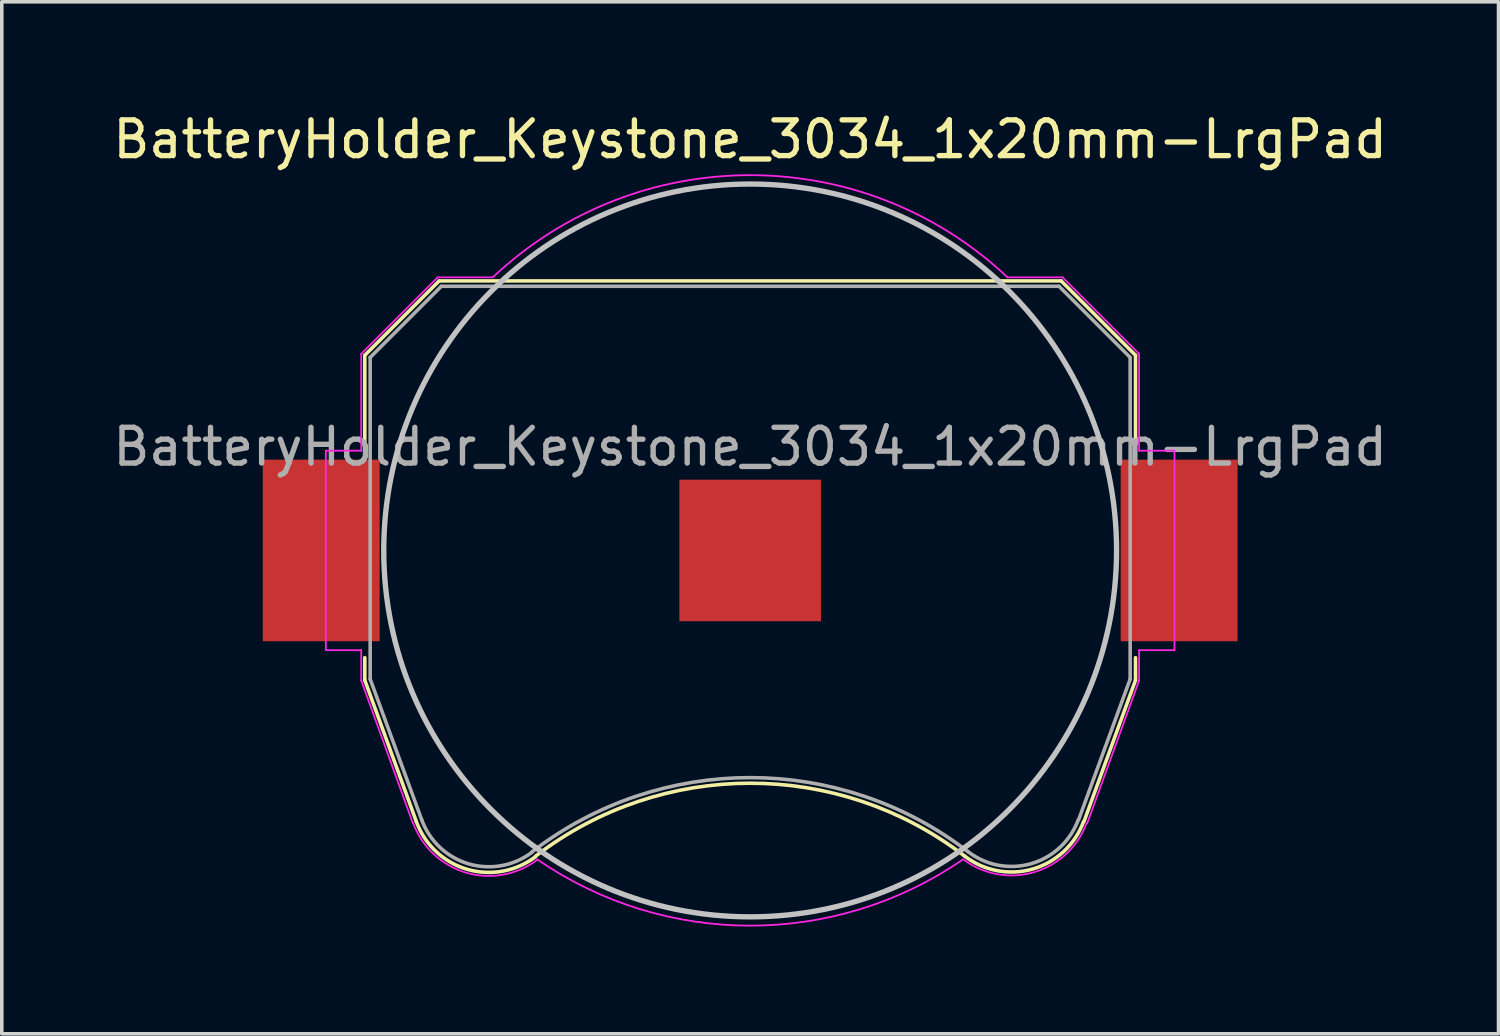
<source format=kicad_pcb>
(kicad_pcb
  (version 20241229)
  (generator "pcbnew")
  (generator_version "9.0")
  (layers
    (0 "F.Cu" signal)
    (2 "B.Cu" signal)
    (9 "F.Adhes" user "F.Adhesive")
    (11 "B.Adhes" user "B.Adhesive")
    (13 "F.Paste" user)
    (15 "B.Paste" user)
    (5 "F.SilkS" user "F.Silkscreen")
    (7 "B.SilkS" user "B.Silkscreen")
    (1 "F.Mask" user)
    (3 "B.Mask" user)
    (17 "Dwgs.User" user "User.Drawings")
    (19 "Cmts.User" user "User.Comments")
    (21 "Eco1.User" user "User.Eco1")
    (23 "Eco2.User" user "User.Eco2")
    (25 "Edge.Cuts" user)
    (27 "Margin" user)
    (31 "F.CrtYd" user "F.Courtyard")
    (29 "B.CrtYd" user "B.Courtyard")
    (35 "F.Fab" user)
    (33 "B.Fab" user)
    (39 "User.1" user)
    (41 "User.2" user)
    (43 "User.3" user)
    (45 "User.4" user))
  (footprint "BatteryHolder_Keystone_3034_1x20mm-LrgPad"
    (layer "F.Cu")
    (at 17.935 12.348)
    (property "Reference" "BatteryHolder_Keystone_3034_1x20mm-LrgPad" (at 0 -11.5 0) (layer "F.SilkS") (effects (font (size 1 1) (thickness 0.15))))
    (attr smd)
    (fp_line (start -10.78 -5.46) (end -10.78 -3) (stroke (width 0.1) (type solid)) (layer "F.SilkS"))
    (fp_line (start -10.78 3) (end -10.78 3.63) (stroke (width 0.1) (type solid)) (layer "F.SilkS"))
    (fp_line (start -10.78 3.63) (end -9.34 7.58) (stroke (width 0.1) (type solid)) (layer "F.SilkS"))
    (fp_line (start -8.7 -7.54) (end -10.78 -5.46) (stroke (width 0.1) (type solid)) (layer "F.SilkS"))
    (fp_line (start 8.7 -7.54) (end -8.7 -7.54) (stroke (width 0.1) (type solid)) (layer "F.SilkS"))
    (fp_line (start 8.7 -7.54) (end 10.78 -5.46) (stroke (width 0.1) (type solid)) (layer "F.SilkS"))
    (fp_line (start 10.78 -5.46) (end 10.78 -3) (stroke (width 0.1) (type solid)) (layer "F.SilkS"))
    (fp_line (start 10.78 3) (end 10.78 3.63) (stroke (width 0.1) (type solid)) (layer "F.SilkS"))
    (fp_line (start 10.78 3.63) (end 9.34 7.58) (stroke (width 0.1) (type solid)) (layer "F.SilkS"))
    (fp_arc (start -6.0046 8.553536) (mid -0.002901 6.511341) (end 6 8.55) (stroke (width 0.1) (type solid)) (layer "F.SilkS"))
    (fp_arc (start -6.003354 8.56653) (mid -7.921654 8.918738) (end -9.34 7.58) (stroke (width 0.1) (type solid)) (layer "F.SilkS"))
    (fp_arc (start 9.325243 7.588169) (mid 7.90634 8.911668) (end 6 8.55) (stroke (width 0.1) (type solid)) (layer "F.SilkS"))
    (fp_circle (center 0 0) (end 0 10.25) (stroke (width 0.15) (type solid)) (fill no) (layer "Dwgs.User"))
    (fp_line (start -11.87 -2.79) (end -11.87 2.79) (stroke (width 0.05) (type solid)) (layer "F.CrtYd"))
    (fp_line (start -11.87 2.79) (end -10.88 2.79) (stroke (width 0.05) (type solid)) (layer "F.CrtYd"))
    (fp_line (start -10.88 -5.5) (end -10.88 -2.79) (stroke (width 0.05) (type solid)) (layer "F.CrtYd"))
    (fp_line (start -10.88 -2.79) (end -11.87 -2.79) (stroke (width 0.05) (type solid)) (layer "F.CrtYd"))
    (fp_line (start -10.88 2.79) (end -10.88 3.64) (stroke (width 0.05) (type solid)) (layer "F.CrtYd"))
    (fp_line (start -10.88 3.64) (end -9.44 7.62) (stroke (width 0.05) (type solid)) (layer "F.CrtYd"))
    (fp_line (start -8.74 -7.64) (end -10.88 -5.5) (stroke (width 0.05) (type solid)) (layer "F.CrtYd"))
    (fp_line (start -7.2 -7.64) (end -8.74 -7.64) (stroke (width 0.05) (type solid)) (layer "F.CrtYd"))
    (fp_line (start 8.74 -7.64) (end 7.2 -7.64) (stroke (width 0.05) (type solid)) (layer "F.CrtYd"))
    (fp_line (start 9.43 7.63) (end 10.88 3.64) (stroke (width 0.05) (type solid)) (layer "F.CrtYd"))
    (fp_line (start 10.88 -5.5) (end 8.74 -7.64) (stroke (width 0.05) (type solid)) (layer "F.CrtYd"))
    (fp_line (start 10.88 -2.79) (end 10.88 -5.5) (stroke (width 0.05) (type solid)) (layer "F.CrtYd"))
    (fp_line (start 10.88 2.79) (end 11.87 2.79) (stroke (width 0.05) (type solid)) (layer "F.CrtYd"))
    (fp_line (start 10.88 3.64) (end 10.88 2.79) (stroke (width 0.05) (type solid)) (layer "F.CrtYd"))
    (fp_line (start 11.87 -2.79) (end 10.88 -2.79) (stroke (width 0.05) (type solid)) (layer "F.CrtYd"))
    (fp_line (start 11.87 2.79) (end 11.87 -2.79) (stroke (width 0.05) (type solid)) (layer "F.CrtYd"))
    (fp_arc (start -7.199546 -7.640427) (mid 0.000312 -10.498075) (end 7.2 -7.64) (stroke (width 0.05) (type solid)) (layer "F.CrtYd"))
    (fp_arc (start -5.956965 8.654604) (mid -7.953941 9.011629) (end -9.43 7.62) (stroke (width 0.05) (type solid)) (layer "F.CrtYd"))
    (fp_arc (start 5.945368 8.650075) (mid -0.008883 10.496243) (end -5.96 8.64) (stroke (width 0.05) (type solid)) (layer "F.CrtYd"))
    (fp_arc (start 9.415144 7.621341) (mid 7.944017 9.000493) (end 5.96 8.64) (stroke (width 0.05) (type solid)) (layer "F.CrtYd"))
    (fp_line (start -10.63 -5.4) (end -8.64 -7.39) (stroke (width 0.1) (type solid)) (layer "F.Fab"))
    (fp_line (start -10.63 3.6) (end -10.63 -5.4) (stroke (width 0.1) (type solid)) (layer "F.Fab"))
    (fp_line (start -9.19 7.53) (end -10.63 3.6) (stroke (width 0.1) (type solid)) (layer "F.Fab"))
    (fp_line (start -8.64 -7.39) (end 8.64 -7.39) (stroke (width 0.1) (type solid)) (layer "F.Fab"))
    (fp_line (start 8.64 -7.39) (end 10.63 -5.4) (stroke (width 0.1) (type solid)) (layer "F.Fab"))
    (fp_line (start 10.63 -5.4) (end 10.63 3.6) (stroke (width 0.1) (type solid)) (layer "F.Fab"))
    (fp_line (start 10.63 3.6) (end 9.19 7.53) (stroke (width 0.1) (type solid)) (layer "F.Fab"))
    (fp_arc (start -6.096146 8.438508) (mid -7.87328 8.768206) (end -9.19 7.53) (stroke (width 0.1) (type solid)) (layer "F.Fab"))
    (fp_arc (start -6.094852 8.426043) (mid 0.003247 6.355257) (end 6.1 8.43) (stroke (width 0.1) (type solid)) (layer "F.Fab"))
    (fp_arc (start 9.180727 7.528882) (mid 7.868698 8.760067) (end 6.1 8.43) (stroke (width 0.1) (type solid)) (layer "F.Fab"))
    (fp_text user "${REFERENCE}" (at 0 -2.9 0) (layer "F.Fab") (effects (font (size 1 1) (thickness 0.15))))
    (pad "1" smd rect (at -12 0) (size 3.27 5.08) (layers "F.Cu" "F.Mask" "F.Paste"))
    (pad "1" smd rect (at 12 0) (size 3.27 5.08) (layers "F.Cu" "F.Mask" "F.Paste"))
    (pad "2" smd rect (at 0 0) (size 3.96 3.96) (layers "F.Cu" "F.Mask" "F.Paste")))
  (gr_rect
    (start -3 -3)
    (end 38.869 25.869)
    (stroke (width 0.1) (type default))
    (fill no)
    (layer "Edge.Cuts")))
</source>
